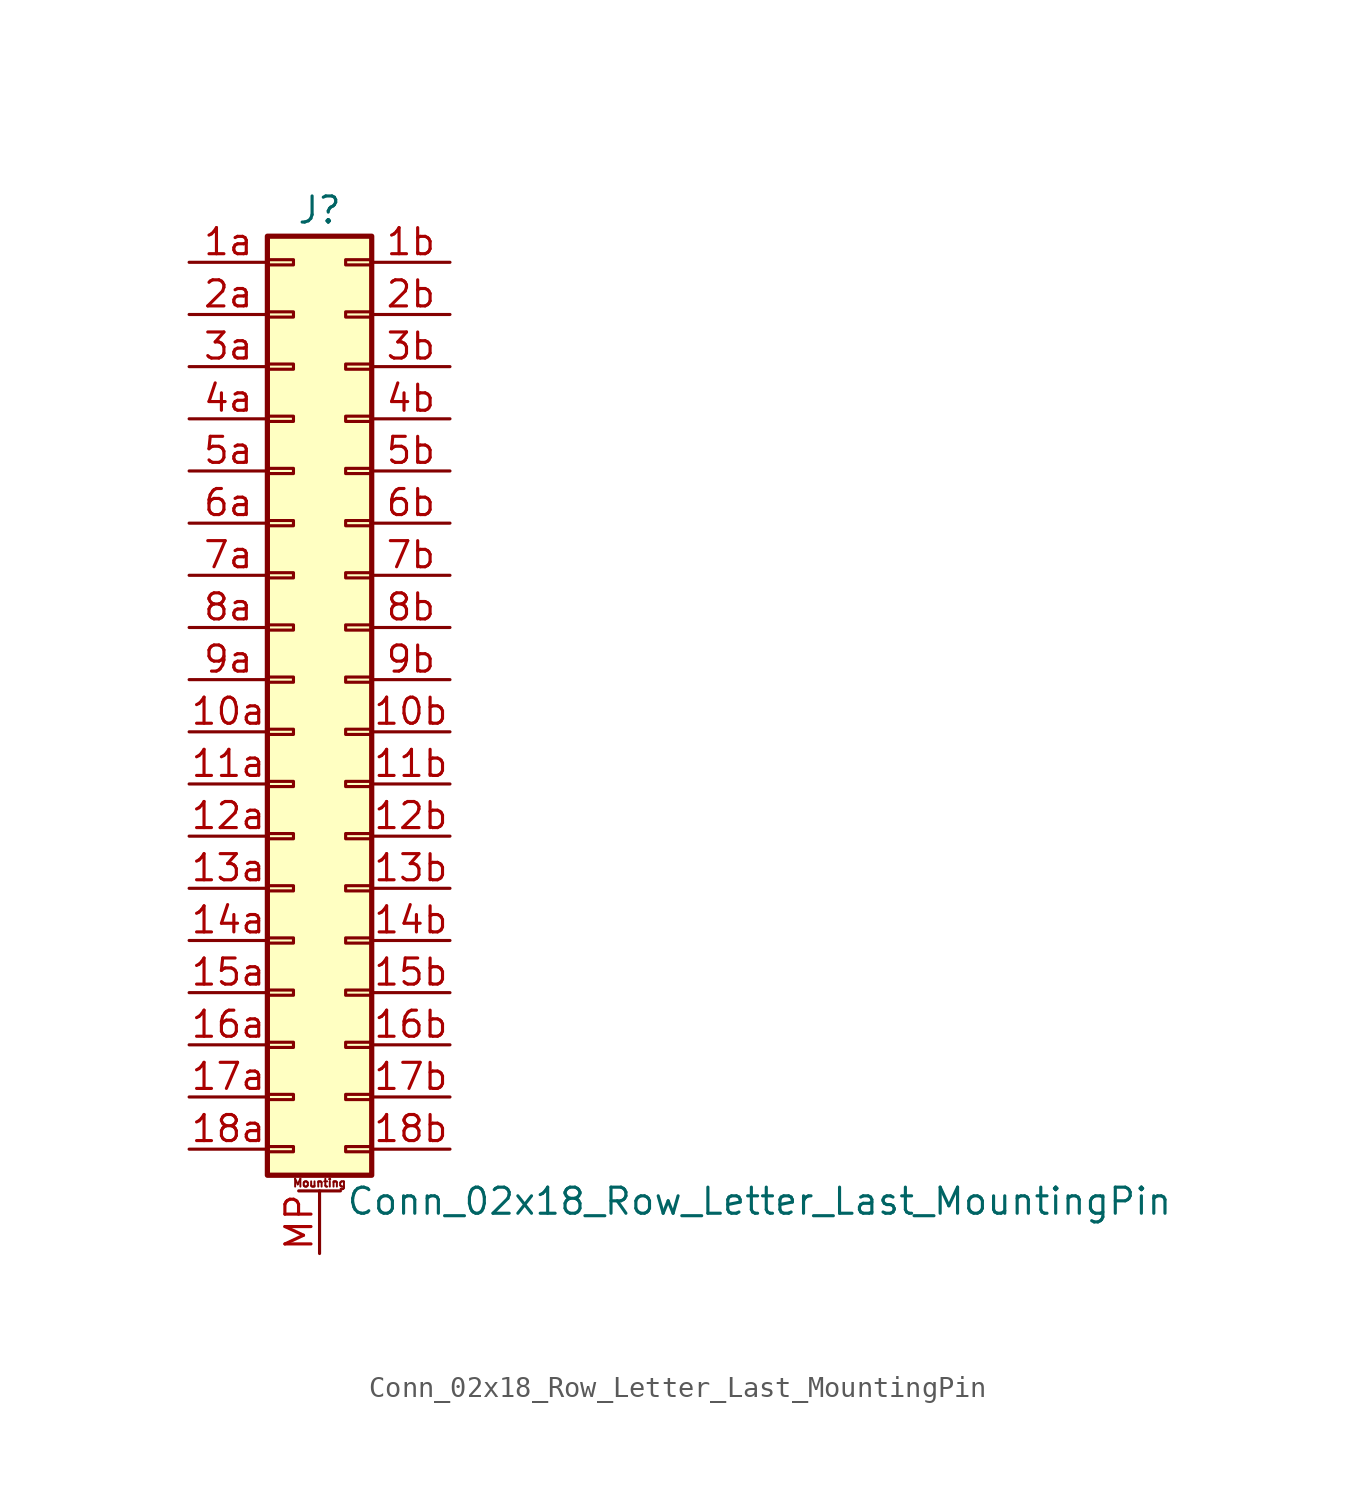
<source format=kicad_sym>
(kicad_symbol_lib
  (version 20220914)
  (generator kicad_symbol_editor)
  (symbol "Conn_02x18_Row_Letter_Last_MountingPin"
    (pin_names
      (offset 1.016) hide)
    (property "Reference" "J"
      (at 1.27 22.86 0)
      (effects (font (size 1.27 1.27))))
    (property "Value" "Conn_02x18_Row_Letter_Last_MountingPin"
      (at 2.54 -25.4 0)
      (effects (font (size 1.27 1.27)) (justify left)))
    (symbol "Conn_02x18_Row_Letter_Last_MountingPin_1_1"
      (rectangle (start -1.27 -22.733) (end 0 -22.987) (stroke (width 0.152) (type default)) (fill (type none)))
      (rectangle (start -1.27 -20.193) (end 0 -20.447) (stroke (width 0.152) (type default)) (fill (type none)))
      (rectangle (start -1.27 -17.653) (end 0 -17.907) (stroke (width 0.152) (type default)) (fill (type none)))
      (rectangle (start -1.27 -15.113) (end 0 -15.367) (stroke (width 0.152) (type default)) (fill (type none)))
      (rectangle (start -1.27 -12.573) (end 0 -12.827) (stroke (width 0.152) (type default)) (fill (type none)))
      (rectangle (start -1.27 -10.033) (end 0 -10.287) (stroke (width 0.152) (type default)) (fill (type none)))
      (rectangle (start -1.27 -7.493) (end 0 -7.747) (stroke (width 0.152) (type default)) (fill (type none)))
      (rectangle (start -1.27 -4.953) (end 0 -5.207) (stroke (width 0.152) (type default)) (fill (type none)))
      (rectangle (start -1.27 -2.413) (end 0 -2.667) (stroke (width 0.152) (type default)) (fill (type none)))
      (rectangle (start -1.27 0.127) (end 0 -0.127) (stroke (width 0.152) (type default)) (fill (type none)))
      (rectangle (start -1.27 2.667) (end 0 2.413) (stroke (width 0.152) (type default)) (fill (type none)))
      (rectangle (start -1.27 5.207) (end 0 4.953) (stroke (width 0.152) (type default)) (fill (type none)))
      (rectangle (start -1.27 7.747) (end 0 7.493) (stroke (width 0.152) (type default)) (fill (type none)))
      (rectangle (start -1.27 10.287) (end 0 10.033) (stroke (width 0.152) (type default)) (fill (type none)))
      (rectangle (start -1.27 12.827) (end 0 12.573) (stroke (width 0.152) (type default)) (fill (type none)))
      (rectangle (start -1.27 15.367) (end 0 15.113) (stroke (width 0.152) (type default)) (fill (type none)))
      (rectangle (start -1.27 17.907) (end 0 17.653) (stroke (width 0.152) (type default)) (fill (type none)))
      (rectangle (start -1.27 20.447) (end 0 20.193) (stroke (width 0.152) (type default)) (fill (type none)))
      (rectangle (start -1.27 21.59) (end 3.81 -24.13) (stroke (width 0.254) (type default)) (fill (type background)))
      (polyline (pts (xy 0.254 -24.892) (xy 2.286 -24.892)) (stroke (width 0.152) (type default)) (fill (type none)))
      (rectangle (start 3.81 -22.733) (end 2.54 -22.987) (stroke (width 0.152) (type default)) (fill (type none)))
      (rectangle (start 3.81 -20.193) (end 2.54 -20.447) (stroke (width 0.152) (type default)) (fill (type none)))
      (rectangle (start 3.81 -17.653) (end 2.54 -17.907) (stroke (width 0.152) (type default)) (fill (type none)))
      (rectangle (start 3.81 -15.113) (end 2.54 -15.367) (stroke (width 0.152) (type default)) (fill (type none)))
      (rectangle (start 3.81 -12.573) (end 2.54 -12.827) (stroke (width 0.152) (type default)) (fill (type none)))
      (rectangle (start 3.81 -10.033) (end 2.54 -10.287) (stroke (width 0.152) (type default)) (fill (type none)))
      (rectangle (start 3.81 -7.493) (end 2.54 -7.747) (stroke (width 0.152) (type default)) (fill (type none)))
      (rectangle (start 3.81 -4.953) (end 2.54 -5.207) (stroke (width 0.152) (type default)) (fill (type none)))
      (rectangle (start 3.81 -2.413) (end 2.54 -2.667) (stroke (width 0.152) (type default)) (fill (type none)))
      (rectangle (start 3.81 0.127) (end 2.54 -0.127) (stroke (width 0.152) (type default)) (fill (type none)))
      (rectangle (start 3.81 2.667) (end 2.54 2.413) (stroke (width 0.152) (type default)) (fill (type none)))
      (rectangle (start 3.81 5.207) (end 2.54 4.953) (stroke (width 0.152) (type default)) (fill (type none)))
      (rectangle (start 3.81 7.747) (end 2.54 7.493) (stroke (width 0.152) (type default)) (fill (type none)))
      (rectangle (start 3.81 10.287) (end 2.54 10.033) (stroke (width 0.152) (type default)) (fill (type none)))
      (rectangle (start 3.81 12.827) (end 2.54 12.573) (stroke (width 0.152) (type default)) (fill (type none)))
      (rectangle (start 3.81 15.367) (end 2.54 15.113) (stroke (width 0.152) (type default)) (fill (type none)))
      (rectangle (start 3.81 17.907) (end 2.54 17.653) (stroke (width 0.152) (type default)) (fill (type none)))
      (rectangle (start 3.81 20.447) (end 2.54 20.193) (stroke (width 0.152) (type default)) (fill (type none)))
      (text "Mounting" (at 1.27 -24.511 0) (effects (font (size 0.381 0.381))))
      (pin passive line (at -5.08 -2.54 0) (length 3.81) (name "Pin_10a" (effects (font (size 1.27 1.27)))) (number "10a" (effects (font (size 1.27 1.27)))))
      (pin passive line (at 7.62 -2.54 180) (length 3.81) (name "Pin_10b" (effects (font (size 1.27 1.27)))) (number "10b" (effects (font (size 1.27 1.27)))))
      (pin passive line (at -5.08 -5.08 0) (length 3.81) (name "Pin_11a" (effects (font (size 1.27 1.27)))) (number "11a" (effects (font (size 1.27 1.27)))))
      (pin passive line (at 7.62 -5.08 180) (length 3.81) (name "Pin_11b" (effects (font (size 1.27 1.27)))) (number "11b" (effects (font (size 1.27 1.27)))))
      (pin passive line (at -5.08 -7.62 0) (length 3.81) (name "Pin_12a" (effects (font (size 1.27 1.27)))) (number "12a" (effects (font (size 1.27 1.27)))))
      (pin passive line (at 7.62 -7.62 180) (length 3.81) (name "Pin_12b" (effects (font (size 1.27 1.27)))) (number "12b" (effects (font (size 1.27 1.27)))))
      (pin passive line (at -5.08 -10.16 0) (length 3.81) (name "Pin_13a" (effects (font (size 1.27 1.27)))) (number "13a" (effects (font (size 1.27 1.27)))))
      (pin passive line (at 7.62 -10.16 180) (length 3.81) (name "Pin_13b" (effects (font (size 1.27 1.27)))) (number "13b" (effects (font (size 1.27 1.27)))))
      (pin passive line (at -5.08 -12.7 0) (length 3.81) (name "Pin_14a" (effects (font (size 1.27 1.27)))) (number "14a" (effects (font (size 1.27 1.27)))))
      (pin passive line (at 7.62 -12.7 180) (length 3.81) (name "Pin_14b" (effects (font (size 1.27 1.27)))) (number "14b" (effects (font (size 1.27 1.27)))))
      (pin passive line (at -5.08 -15.24 0) (length 3.81) (name "Pin_15a" (effects (font (size 1.27 1.27)))) (number "15a" (effects (font (size 1.27 1.27)))))
      (pin passive line (at 7.62 -15.24 180) (length 3.81) (name "Pin_15b" (effects (font (size 1.27 1.27)))) (number "15b" (effects (font (size 1.27 1.27)))))
      (pin passive line (at -5.08 -17.78 0) (length 3.81) (name "Pin_16a" (effects (font (size 1.27 1.27)))) (number "16a" (effects (font (size 1.27 1.27)))))
      (pin passive line (at 7.62 -17.78 180) (length 3.81) (name "Pin_16b" (effects (font (size 1.27 1.27)))) (number "16b" (effects (font (size 1.27 1.27)))))
      (pin passive line (at -5.08 -20.32 0) (length 3.81) (name "Pin_17a" (effects (font (size 1.27 1.27)))) (number "17a" (effects (font (size 1.27 1.27)))))
      (pin passive line (at 7.62 -20.32 180) (length 3.81) (name "Pin_17b" (effects (font (size 1.27 1.27)))) (number "17b" (effects (font (size 1.27 1.27)))))
      (pin passive line (at -5.08 -22.86 0) (length 3.81) (name "Pin_18a" (effects (font (size 1.27 1.27)))) (number "18a" (effects (font (size 1.27 1.27)))))
      (pin passive line (at 7.62 -22.86 180) (length 3.81) (name "Pin_18b" (effects (font (size 1.27 1.27)))) (number "18b" (effects (font (size 1.27 1.27)))))
      (pin passive line (at -5.08 20.32 0) (length 3.81) (name "Pin_1a" (effects (font (size 1.27 1.27)))) (number "1a" (effects (font (size 1.27 1.27)))))
      (pin passive line (at 7.62 20.32 180) (length 3.81) (name "Pin_1b" (effects (font (size 1.27 1.27)))) (number "1b" (effects (font (size 1.27 1.27)))))
      (pin passive line (at -5.08 17.78 0) (length 3.81) (name "Pin_2a" (effects (font (size 1.27 1.27)))) (number "2a" (effects (font (size 1.27 1.27)))))
      (pin passive line (at 7.62 17.78 180) (length 3.81) (name "Pin_2b" (effects (font (size 1.27 1.27)))) (number "2b" (effects (font (size 1.27 1.27)))))
      (pin passive line (at -5.08 15.24 0) (length 3.81) (name "Pin_3a" (effects (font (size 1.27 1.27)))) (number "3a" (effects (font (size 1.27 1.27)))))
      (pin passive line (at 7.62 15.24 180) (length 3.81) (name "Pin_3b" (effects (font (size 1.27 1.27)))) (number "3b" (effects (font (size 1.27 1.27)))))
      (pin passive line (at -5.08 12.7 0) (length 3.81) (name "Pin_4a" (effects (font (size 1.27 1.27)))) (number "4a" (effects (font (size 1.27 1.27)))))
      (pin passive line (at 7.62 12.7 180) (length 3.81) (name "Pin_4b" (effects (font (size 1.27 1.27)))) (number "4b" (effects (font (size 1.27 1.27)))))
      (pin passive line (at -5.08 10.16 0) (length 3.81) (name "Pin_5a" (effects (font (size 1.27 1.27)))) (number "5a" (effects (font (size 1.27 1.27)))))
      (pin passive line (at 7.62 10.16 180) (length 3.81) (name "Pin_5b" (effects (font (size 1.27 1.27)))) (number "5b" (effects (font (size 1.27 1.27)))))
      (pin passive line (at -5.08 7.62 0) (length 3.81) (name "Pin_6a" (effects (font (size 1.27 1.27)))) (number "6a" (effects (font (size 1.27 1.27)))))
      (pin passive line (at 7.62 7.62 180) (length 3.81) (name "Pin_6b" (effects (font (size 1.27 1.27)))) (number "6b" (effects (font (size 1.27 1.27)))))
      (pin passive line (at -5.08 5.08 0) (length 3.81) (name "Pin_7a" (effects (font (size 1.27 1.27)))) (number "7a" (effects (font (size 1.27 1.27)))))
      (pin passive line (at 7.62 5.08 180) (length 3.81) (name "Pin_7b" (effects (font (size 1.27 1.27)))) (number "7b" (effects (font (size 1.27 1.27)))))
      (pin passive line (at -5.08 2.54 0) (length 3.81) (name "Pin_8a" (effects (font (size 1.27 1.27)))) (number "8a" (effects (font (size 1.27 1.27)))))
      (pin passive line (at 7.62 2.54 180) (length 3.81) (name "Pin_8b" (effects (font (size 1.27 1.27)))) (number "8b" (effects (font (size 1.27 1.27)))))
      (pin passive line (at -5.08 0 0) (length 3.81) (name "Pin_9a" (effects (font (size 1.27 1.27)))) (number "9a" (effects (font (size 1.27 1.27)))))
      (pin passive line (at 7.62 0 180) (length 3.81) (name "Pin_9b" (effects (font (size 1.27 1.27)))) (number "9b" (effects (font (size 1.27 1.27)))))
      (pin passive line (at 1.27 -27.94 90) (length 3.048) (name "MountPin" (effects (font (size 1.27 1.27)))) (number "MP" (effects (font (size 1.27 1.27))))))))
</source>
